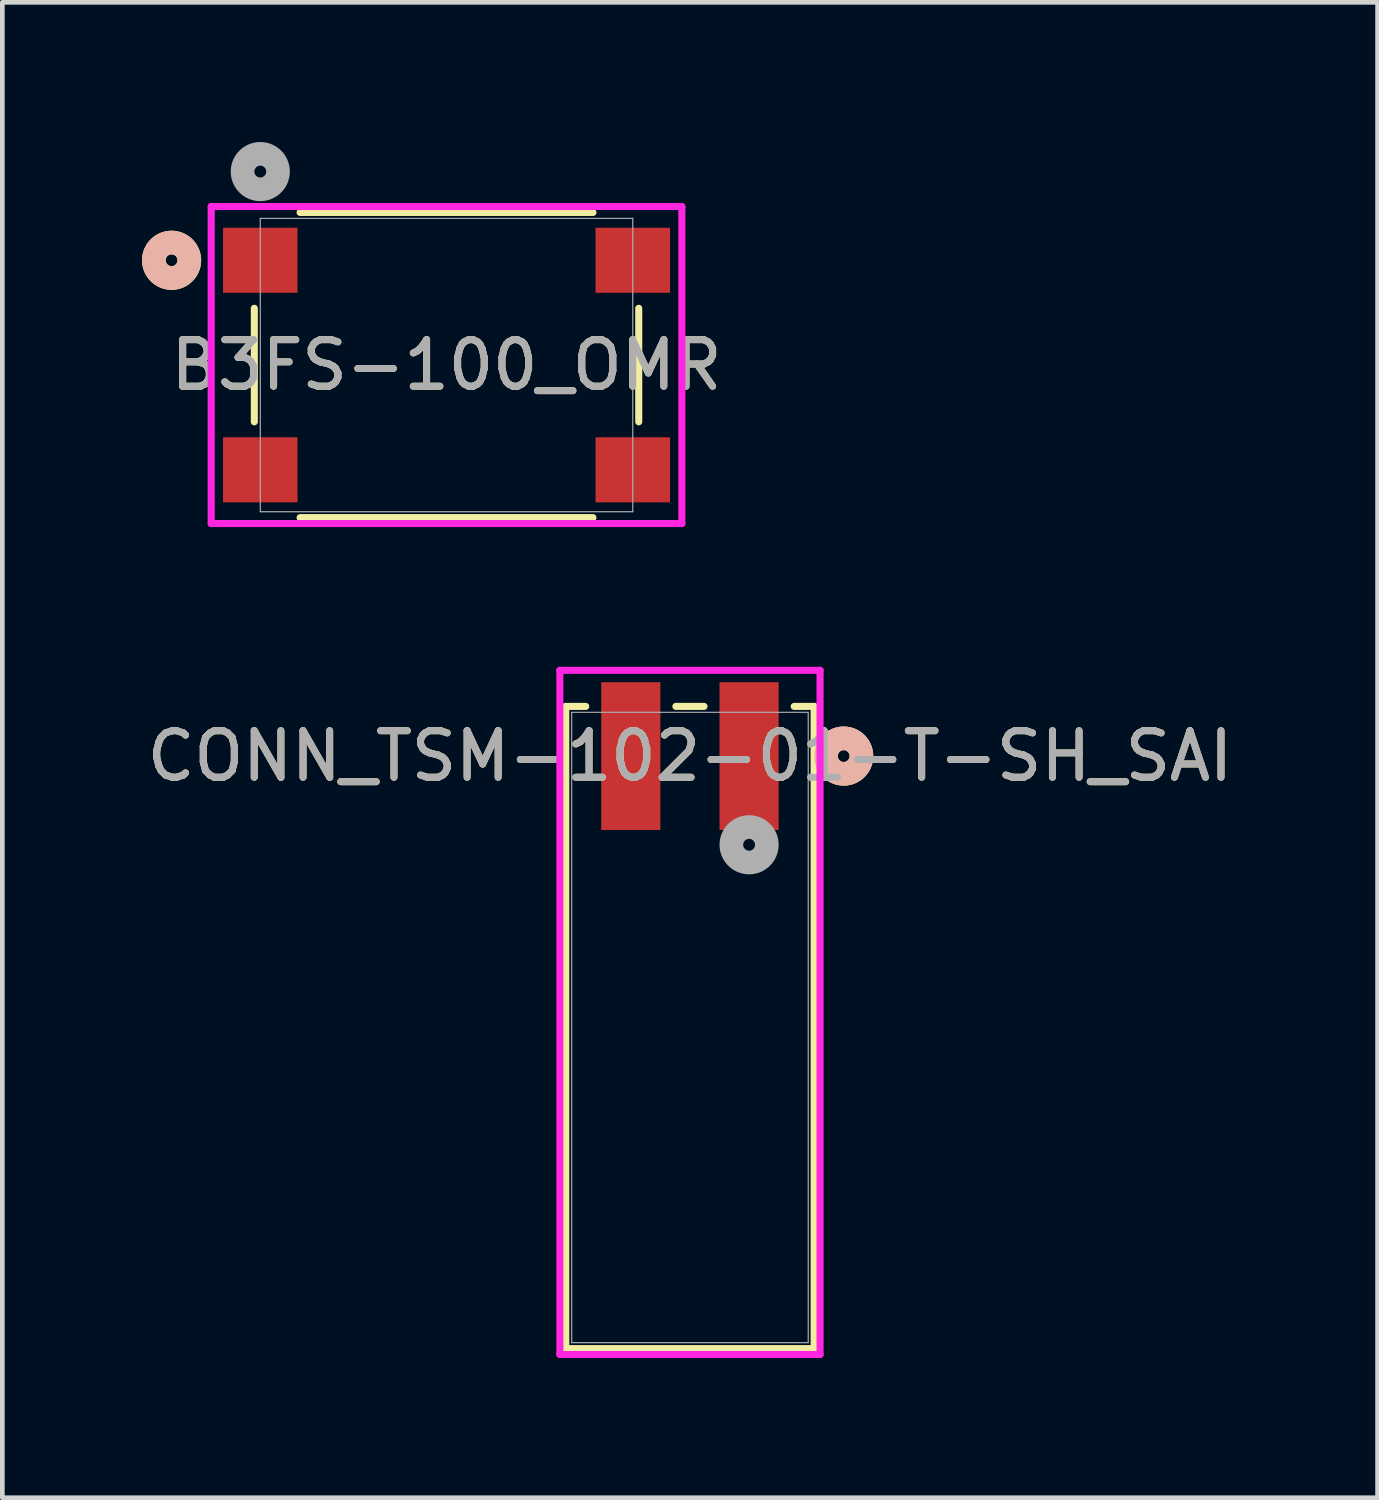
<source format=kicad_pcb>
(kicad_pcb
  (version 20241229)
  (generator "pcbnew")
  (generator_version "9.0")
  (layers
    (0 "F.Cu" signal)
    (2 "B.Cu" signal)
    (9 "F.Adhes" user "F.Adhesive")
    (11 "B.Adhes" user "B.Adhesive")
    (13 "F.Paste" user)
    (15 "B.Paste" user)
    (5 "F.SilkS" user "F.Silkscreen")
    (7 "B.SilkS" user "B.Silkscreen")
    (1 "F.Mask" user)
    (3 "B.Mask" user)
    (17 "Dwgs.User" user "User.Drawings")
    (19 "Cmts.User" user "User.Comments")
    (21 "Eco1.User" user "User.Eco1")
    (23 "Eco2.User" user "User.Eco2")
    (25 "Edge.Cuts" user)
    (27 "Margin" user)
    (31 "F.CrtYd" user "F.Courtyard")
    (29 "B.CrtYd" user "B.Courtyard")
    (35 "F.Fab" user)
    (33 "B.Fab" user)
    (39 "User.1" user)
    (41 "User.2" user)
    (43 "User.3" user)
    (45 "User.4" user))
  (footprint "B3FS-100_OMR"
    (layer "F.Cu")
    (at 6.54 4.79)
    (property "Reference" "B3FS-100_OMR" (at 0 0 0) (unlocked yes) (layer "F.SilkS") (effects (font (size 1 1) (thickness 0.15))))
    (attr smd)
    (fp_line (start -4.128 -1.219) (end -4.128 1.219) (stroke (width 0.152) (type solid)) (layer "F.SilkS"))
    (fp_line (start -3.145 3.277) (end 3.145 3.277) (stroke (width 0.152) (type solid)) (layer "F.SilkS"))
    (fp_line (start 3.145 -3.277) (end -3.145 -3.277) (stroke (width 0.152) (type solid)) (layer "F.SilkS"))
    (fp_line (start 4.128 1.219) (end 4.128 -1.219) (stroke (width 0.152) (type solid)) (layer "F.SilkS"))
    (fp_circle (center -5.905 -2.25) (end -5.524 -2.25) (stroke (width 0.508) (type solid)) (fill no) (layer "F.SilkS"))
    (fp_circle (center -5.905 -2.25) (end -5.524 -2.25) (stroke (width 0.508) (type solid)) (fill no) (layer "B.SilkS"))
    (fp_line (start -5.054 -3.404) (end -5.054 3.404) (stroke (width 0.152) (type solid)) (layer "F.CrtYd"))
    (fp_line (start -5.054 3.404) (end 5.054 3.404) (stroke (width 0.152) (type solid)) (layer "F.CrtYd"))
    (fp_line (start 5.054 -3.404) (end -5.054 -3.404) (stroke (width 0.152) (type solid)) (layer "F.CrtYd"))
    (fp_line (start 5.054 3.404) (end 5.054 -3.404) (stroke (width 0.152) (type solid)) (layer "F.CrtYd"))
    (fp_line (start -4 -3.15) (end -4 3.15) (stroke (width 0.025) (type solid)) (layer "F.Fab"))
    (fp_line (start -4 3.15) (end 4 3.15) (stroke (width 0.025) (type solid)) (layer "F.Fab"))
    (fp_line (start 4 -3.15) (end -4 -3.15) (stroke (width 0.025) (type solid)) (layer "F.Fab"))
    (fp_line (start 4 3.15) (end 4 -3.15) (stroke (width 0.025) (type solid)) (layer "F.Fab"))
    (fp_circle (center -4 -4.155) (end -3.619 -4.155) (stroke (width 0.508) (type solid)) (fill no) (layer "F.Fab"))
    (fp_text user "${REFERENCE}" (at 0 0 0) (unlocked yes) (layer "F.Fab") (effects (font (size 1 1) (thickness 0.15))))
    (pad "1" smd rect (at -4 -2.25) (size 1.6 1.397) (layers "F.Cu" "F.Mask" "F.Paste"))
    (pad "2" smd rect (at 4 -2.25) (size 1.6 1.397) (layers "F.Cu" "F.Mask" "F.Paste"))
    (pad "3" smd rect (at -4 2.25) (size 1.6 1.397) (layers "F.Cu" "F.Mask" "F.Paste"))
    (pad "4" smd rect (at 4 2.25) (size 1.6 1.397) (layers "F.Cu" "F.Mask" "F.Paste")))
  (footprint "CONN_TSM-102-01-T-SH_SAI"
    (layer "F.Cu")
    (at 11.768 19.017)
    (property "Reference" "CONN_TSM-102-01-T-SH_SAI" (at 0 -5.829 0) (unlocked yes) (layer "F.SilkS") (effects (font (size 1 1) (thickness 0.15))))
    (attr smd)
    (fp_line (start -2.667 -6.896) (end -2.667 6.896) (stroke (width 0.152) (type solid)) (layer "F.SilkS"))
    (fp_line (start -2.667 6.896) (end 2.667 6.896) (stroke (width 0.152) (type solid)) (layer "F.SilkS"))
    (fp_line (start -2.238 -6.896) (end -2.667 -6.896) (stroke (width 0.152) (type solid)) (layer "F.SilkS"))
    (fp_line (start 0.302 -6.896) (end -0.302 -6.896) (stroke (width 0.152) (type solid)) (layer "F.SilkS"))
    (fp_line (start 2.667 -6.896) (end 2.238 -6.896) (stroke (width 0.152) (type solid)) (layer "F.SilkS"))
    (fp_line (start 2.667 6.896) (end 2.667 -6.896) (stroke (width 0.152) (type solid)) (layer "F.SilkS"))
    (fp_circle (center 3.302 -5.829) (end 3.683 -5.829) (stroke (width 0.508) (type solid)) (fill no) (layer "F.SilkS"))
    (fp_circle (center 3.302 -5.829) (end 3.683 -5.829) (stroke (width 0.508) (type solid)) (fill no) (layer "B.SilkS"))
    (fp_line (start -2.794 -7.671) (end -2.794 7.023) (stroke (width 0.152) (type solid)) (layer "F.CrtYd"))
    (fp_line (start -2.794 7.023) (end 2.794 7.023) (stroke (width 0.152) (type solid)) (layer "F.CrtYd"))
    (fp_line (start 2.794 -7.671) (end -2.794 -7.671) (stroke (width 0.152) (type solid)) (layer "F.CrtYd"))
    (fp_line (start 2.794 7.023) (end 2.794 -7.671) (stroke (width 0.152) (type solid)) (layer "F.CrtYd"))
    (fp_line (start -2.54 -6.769) (end -2.54 6.769) (stroke (width 0.025) (type solid)) (layer "F.Fab"))
    (fp_line (start -2.54 6.769) (end 2.54 6.769) (stroke (width 0.025) (type solid)) (layer "F.Fab"))
    (fp_line (start 2.54 -6.769) (end -2.54 -6.769) (stroke (width 0.025) (type solid)) (layer "F.Fab"))
    (fp_line (start 2.54 6.769) (end 2.54 -6.769) (stroke (width 0.025) (type solid)) (layer "F.Fab"))
    (fp_circle (center 1.27 -3.924) (end 1.651 -3.924) (stroke (width 0.508) (type solid)) (fill no) (layer "F.Fab"))
    (fp_text user "${REFERENCE}" (at 0 -5.829 0) (unlocked yes) (layer "F.Fab") (effects (font (size 1 1) (thickness 0.15))))
    (pad "1" smd rect (at 1.27 -5.829) (size 1.27 3.175) (layers "F.Cu" "F.Mask" "F.Paste"))
    (pad "2" smd rect (at -1.27 -5.829) (size 1.27 3.175) (layers "F.Cu" "F.Mask" "F.Paste")))
  (gr_rect
    (start -3 -3)
    (end 26.536 29.116)
    (stroke (width 0.1) (type default))
    (fill no)
    (layer "Edge.Cuts")))
</source>
